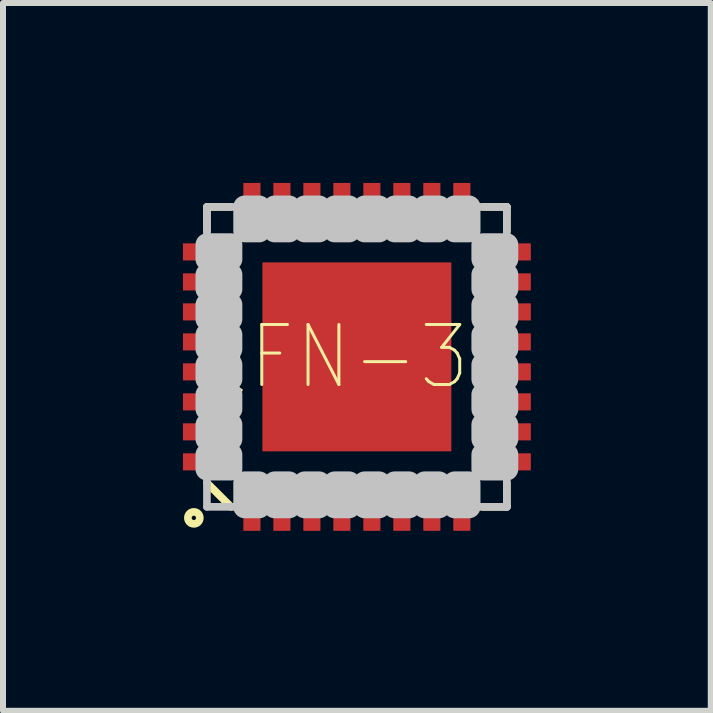
<source format=kicad_pcb>
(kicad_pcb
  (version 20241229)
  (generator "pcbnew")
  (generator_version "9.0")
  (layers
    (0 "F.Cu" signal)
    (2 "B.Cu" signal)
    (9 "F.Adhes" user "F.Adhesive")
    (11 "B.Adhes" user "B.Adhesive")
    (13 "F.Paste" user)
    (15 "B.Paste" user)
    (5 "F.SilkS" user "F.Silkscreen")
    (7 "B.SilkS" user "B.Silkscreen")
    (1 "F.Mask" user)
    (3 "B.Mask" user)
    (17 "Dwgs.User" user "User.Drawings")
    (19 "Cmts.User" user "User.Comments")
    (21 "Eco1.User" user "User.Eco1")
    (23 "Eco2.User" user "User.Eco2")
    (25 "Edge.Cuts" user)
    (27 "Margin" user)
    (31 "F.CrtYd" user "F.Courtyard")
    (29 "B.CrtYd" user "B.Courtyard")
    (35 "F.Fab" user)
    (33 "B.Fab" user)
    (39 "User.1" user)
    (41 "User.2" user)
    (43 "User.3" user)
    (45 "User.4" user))
  (footprint "QFN-32"
    (layer "F.Cu")
    (at 2.9 2.9)
    (property "Reference" "QFN-32" (at 0 0 0) (layer "F.SilkS") (effects (font (size 1 0.9) (thickness 0.05))))
    (attr smd)
    (fp_line (start -2.5 -2.5) (end -2.1 -2.5) (stroke (width 0.127) (type solid)) (layer "F.SilkS"))
    (fp_line (start -2.5 -2.1) (end -2.5 -2.5) (stroke (width 0.127) (type solid)) (layer "F.SilkS"))
    (fp_line (start -2.5 2.1) (end -2.1 2.5) (stroke (width 0.127) (type solid)) (layer "F.SilkS"))
    (fp_line (start 2.1 -2.5) (end 2.5 -2.5) (stroke (width 0.127) (type solid)) (layer "F.SilkS"))
    (fp_line (start 2.5 -2.5) (end 2.5 -2.1) (stroke (width 0.127) (type solid)) (layer "F.SilkS"))
    (fp_line (start 2.5 2.1) (end 2.5 2.5) (stroke (width 0.127) (type solid)) (layer "F.SilkS"))
    (fp_line (start 2.5 2.5) (end 2.1 2.5) (stroke (width 0.127) (type solid)) (layer "F.SilkS"))
    (fp_circle (center -2.718 2.684) (end -2.618 2.684) (stroke (width 0.127) (type solid)) (fill no) (layer "F.SilkS"))
    (fp_poly (pts (xy -1.45 -1.45) (xy -0.15 -1.45) (xy -0.15 -0.15) (xy -1.45 -0.15)) (stroke (width 0.381) (type solid)) (fill yes) (layer "F.Paste"))
    (fp_poly (pts (xy -1.45 1.45) (xy -1.45 0.15) (xy -0.15 0.15) (xy -0.15 1.45)) (stroke (width 0.381) (type solid)) (fill yes) (layer "F.Paste"))
    (fp_poly (pts (xy 1.45 -1.45) (xy 1.45 -0.15) (xy 0.15 -0.15) (xy 0.15 -1.45)) (stroke (width 0.381) (type solid)) (fill yes) (layer "F.Paste"))
    (fp_poly (pts (xy 1.45 1.45) (xy 0.15 1.45) (xy 0.15 0.15) (xy 1.45 0.15)) (stroke (width 0.381) (type solid)) (fill yes) (layer "F.Paste"))
    (fp_line (start -2.5 -2.5) (end -2.5 2.5) (stroke (width 0.127) (type solid)) (layer "Dwgs.User"))
    (fp_line (start -2.5 2.5) (end 2.5 2.5) (stroke (width 0.127) (type solid)) (layer "Dwgs.User"))
    (fp_line (start 2.5 -2.5) (end -2.5 -2.5) (stroke (width 0.127) (type solid)) (layer "Dwgs.User"))
    (fp_line (start 2.5 2.5) (end 2.5 -2.5) (stroke (width 0.127) (type solid)) (layer "Dwgs.User"))
    (fp_poly (pts (xy -2.5 -1.87) (xy -2.1 -1.87) (xy -2.1 -1.63) (xy -2.5 -1.63)) (stroke (width 0.381) (type solid)) (fill no) (layer "Dwgs.User"))
    (fp_poly (pts (xy -2.5 -1.37) (xy -2.1 -1.37) (xy -2.1 -1.13) (xy -2.5 -1.13)) (stroke (width 0.381) (type solid)) (fill no) (layer "Dwgs.User"))
    (fp_poly (pts (xy -2.5 -0.87) (xy -2.1 -0.87) (xy -2.1 -0.63) (xy -2.5 -0.63)) (stroke (width 0.381) (type solid)) (fill no) (layer "Dwgs.User"))
    (fp_poly (pts (xy -2.5 -0.37) (xy -2.1 -0.37) (xy -2.1 -0.13) (xy -2.5 -0.13)) (stroke (width 0.381) (type solid)) (fill no) (layer "Dwgs.User"))
    (fp_poly (pts (xy -2.5 0.13) (xy -2.1 0.13) (xy -2.1 0.37) (xy -2.5 0.37)) (stroke (width 0.381) (type solid)) (fill no) (layer "Dwgs.User"))
    (fp_poly (pts (xy -2.5 0.63) (xy -2.1 0.63) (xy -2.1 0.87) (xy -2.5 0.87)) (stroke (width 0.381) (type solid)) (fill no) (layer "Dwgs.User"))
    (fp_poly (pts (xy -2.5 1.13) (xy -2.1 1.13) (xy -2.1 1.37) (xy -2.5 1.37)) (stroke (width 0.381) (type solid)) (fill no) (layer "Dwgs.User"))
    (fp_poly (pts (xy -2.5 1.63) (xy -2.1 1.63) (xy -2.1 1.87) (xy -2.5 1.87)) (stroke (width 0.381) (type solid)) (fill no) (layer "Dwgs.User"))
    (fp_poly (pts (xy -1.87 2.5) (xy -1.87 2.1) (xy -1.63 2.1) (xy -1.63 2.5)) (stroke (width 0.381) (type solid)) (fill no) (layer "Dwgs.User"))
    (fp_poly (pts (xy -1.63 -2.5) (xy -1.63 -2.1) (xy -1.87 -2.1) (xy -1.87 -2.5)) (stroke (width 0.381) (type solid)) (fill no) (layer "Dwgs.User"))
    (fp_poly (pts (xy -1.37 2.5) (xy -1.37 2.1) (xy -1.13 2.1) (xy -1.13 2.5)) (stroke (width 0.381) (type solid)) (fill no) (layer "Dwgs.User"))
    (fp_poly (pts (xy -1.13 -2.5) (xy -1.13 -2.1) (xy -1.37 -2.1) (xy -1.37 -2.5)) (stroke (width 0.381) (type solid)) (fill no) (layer "Dwgs.User"))
    (fp_poly (pts (xy -0.87 2.5) (xy -0.87 2.1) (xy -0.63 2.1) (xy -0.63 2.5)) (stroke (width 0.381) (type solid)) (fill no) (layer "Dwgs.User"))
    (fp_poly (pts (xy -0.63 -2.5) (xy -0.63 -2.1) (xy -0.87 -2.1) (xy -0.87 -2.5)) (stroke (width 0.381) (type solid)) (fill no) (layer "Dwgs.User"))
    (fp_poly (pts (xy -0.37 2.5) (xy -0.37 2.1) (xy -0.13 2.1) (xy -0.13 2.5)) (stroke (width 0.381) (type solid)) (fill no) (layer "Dwgs.User"))
    (fp_poly (pts (xy -0.13 -2.5) (xy -0.13 -2.1) (xy -0.37 -2.1) (xy -0.37 -2.5)) (stroke (width 0.381) (type solid)) (fill no) (layer "Dwgs.User"))
    (fp_poly (pts (xy 0.13 2.5) (xy 0.13 2.1) (xy 0.37 2.1) (xy 0.37 2.5)) (stroke (width 0.381) (type solid)) (fill no) (layer "Dwgs.User"))
    (fp_poly (pts (xy 0.37 -2.5) (xy 0.37 -2.1) (xy 0.13 -2.1) (xy 0.13 -2.5)) (stroke (width 0.381) (type solid)) (fill no) (layer "Dwgs.User"))
    (fp_poly (pts (xy 0.63 2.5) (xy 0.63 2.1) (xy 0.87 2.1) (xy 0.87 2.5)) (stroke (width 0.381) (type solid)) (fill no) (layer "Dwgs.User"))
    (fp_poly (pts (xy 0.87 -2.5) (xy 0.87 -2.1) (xy 0.63 -2.1) (xy 0.63 -2.5)) (stroke (width 0.381) (type solid)) (fill no) (layer "Dwgs.User"))
    (fp_poly (pts (xy 1.13 2.5) (xy 1.13 2.1) (xy 1.37 2.1) (xy 1.37 2.5)) (stroke (width 0.381) (type solid)) (fill no) (layer "Dwgs.User"))
    (fp_poly (pts (xy 1.37 -2.5) (xy 1.37 -2.1) (xy 1.13 -2.1) (xy 1.13 -2.5)) (stroke (width 0.381) (type solid)) (fill no) (layer "Dwgs.User"))
    (fp_poly (pts (xy 1.63 2.5) (xy 1.63 2.1) (xy 1.87 2.1) (xy 1.87 2.5)) (stroke (width 0.381) (type solid)) (fill no) (layer "Dwgs.User"))
    (fp_poly (pts (xy 1.87 -2.5) (xy 1.87 -2.1) (xy 1.63 -2.1) (xy 1.63 -2.5)) (stroke (width 0.381) (type solid)) (fill no) (layer "Dwgs.User"))
    (fp_poly (pts (xy 2.5 -1.63) (xy 2.1 -1.63) (xy 2.1 -1.87) (xy 2.5 -1.87)) (stroke (width 0.381) (type solid)) (fill no) (layer "Dwgs.User"))
    (fp_poly (pts (xy 2.5 -1.13) (xy 2.1 -1.13) (xy 2.1 -1.37) (xy 2.5 -1.37)) (stroke (width 0.381) (type solid)) (fill no) (layer "Dwgs.User"))
    (fp_poly (pts (xy 2.5 -0.63) (xy 2.1 -0.63) (xy 2.1 -0.87) (xy 2.5 -0.87)) (stroke (width 0.381) (type solid)) (fill no) (layer "Dwgs.User"))
    (fp_poly (pts (xy 2.5 -0.13) (xy 2.1 -0.13) (xy 2.1 -0.37) (xy 2.5 -0.37)) (stroke (width 0.381) (type solid)) (fill no) (layer "Dwgs.User"))
    (fp_poly (pts (xy 2.5 0.37) (xy 2.1 0.37) (xy 2.1 0.13) (xy 2.5 0.13)) (stroke (width 0.381) (type solid)) (fill no) (layer "Dwgs.User"))
    (fp_poly (pts (xy 2.5 0.87) (xy 2.1 0.87) (xy 2.1 0.63) (xy 2.5 0.63)) (stroke (width 0.381) (type solid)) (fill no) (layer "Dwgs.User"))
    (fp_poly (pts (xy 2.5 1.37) (xy 2.1 1.37) (xy 2.1 1.13) (xy 2.5 1.13)) (stroke (width 0.381) (type solid)) (fill no) (layer "Dwgs.User"))
    (fp_poly (pts (xy 2.5 1.87) (xy 2.1 1.87) (xy 2.1 1.63) (xy 2.5 1.63)) (stroke (width 0.381) (type solid)) (fill no) (layer "Dwgs.User"))
    (pad "1" smd rect (at -1.75 2.5 90) (size 0.8 0.285) (layers "F.Cu" "F.Mask" "F.Paste"))
    (pad "2" smd rect (at -1.25 2.5 90) (size 0.8 0.285) (layers "F.Cu" "F.Mask" "F.Paste"))
    (pad "3" smd rect (at -0.75 2.5 90) (size 0.8 0.285) (layers "F.Cu" "F.Mask" "F.Paste"))
    (pad "4" smd rect (at -0.25 2.5 90) (size 0.8 0.285) (layers "F.Cu" "F.Mask" "F.Paste"))
    (pad "5" smd rect (at 0.25 2.5 90) (size 0.8 0.285) (layers "F.Cu" "F.Mask" "F.Paste"))
    (pad "6" smd rect (at 0.75 2.5 90) (size 0.8 0.285) (layers "F.Cu" "F.Mask" "F.Paste"))
    (pad "7" smd rect (at 1.25 2.5 90) (size 0.8 0.285) (layers "F.Cu" "F.Mask" "F.Paste"))
    (pad "8" smd rect (at 1.75 2.5 90) (size 0.8 0.285) (layers "F.Cu" "F.Mask" "F.Paste"))
    (pad "9" smd rect (at 2.5 1.75 180) (size 0.8 0.285) (layers "F.Cu" "F.Mask" "F.Paste"))
    (pad "10" smd rect (at 2.5 1.25 180) (size 0.8 0.285) (layers "F.Cu" "F.Mask" "F.Paste"))
    (pad "11" smd rect (at 2.5 0.75 180) (size 0.8 0.285) (layers "F.Cu" "F.Mask" "F.Paste"))
    (pad "12" smd rect (at 2.5 0.25 180) (size 0.8 0.285) (layers "F.Cu" "F.Mask" "F.Paste"))
    (pad "13" smd rect (at 2.5 -0.25 180) (size 0.8 0.285) (layers "F.Cu" "F.Mask" "F.Paste"))
    (pad "14" smd rect (at 2.5 -0.75 180) (size 0.8 0.285) (layers "F.Cu" "F.Mask" "F.Paste"))
    (pad "15" smd rect (at 2.5 -1.25 180) (size 0.8 0.285) (layers "F.Cu" "F.Mask" "F.Paste"))
    (pad "16" smd rect (at 2.5 -1.75 180) (size 0.8 0.285) (layers "F.Cu" "F.Mask" "F.Paste"))
    (pad "17" smd rect (at 1.75 -2.5 270) (size 0.8 0.285) (layers "F.Cu" "F.Mask" "F.Paste"))
    (pad "18" smd rect (at 1.25 -2.5 270) (size 0.8 0.285) (layers "F.Cu" "F.Mask" "F.Paste"))
    (pad "19" smd rect (at 0.75 -2.5 270) (size 0.8 0.285) (layers "F.Cu" "F.Mask" "F.Paste"))
    (pad "20" smd rect (at 0.25 -2.5 270) (size 0.8 0.285) (layers "F.Cu" "F.Mask" "F.Paste"))
    (pad "21" smd rect (at -0.25 -2.5 270) (size 0.8 0.285) (layers "F.Cu" "F.Mask" "F.Paste"))
    (pad "22" smd rect (at -0.75 -2.5 270) (size 0.8 0.285) (layers "F.Cu" "F.Mask" "F.Paste"))
    (pad "23" smd rect (at -1.25 -2.5 270) (size 0.8 0.285) (layers "F.Cu" "F.Mask" "F.Paste"))
    (pad "24" smd rect (at -1.75 -2.5 270) (size 0.8 0.285) (layers "F.Cu" "F.Mask" "F.Paste"))
    (pad "25" smd rect (at -2.5 -1.75) (size 0.8 0.285) (layers "F.Cu" "F.Mask" "F.Paste"))
    (pad "26" smd rect (at -2.5 -1.25) (size 0.8 0.285) (layers "F.Cu" "F.Mask" "F.Paste"))
    (pad "27" smd rect (at -2.5 -0.75) (size 0.8 0.285) (layers "F.Cu" "F.Mask" "F.Paste"))
    (pad "28" smd rect (at -2.5 -0.25) (size 0.8 0.285) (layers "F.Cu" "F.Mask" "F.Paste"))
    (pad "29" smd rect (at -2.5 0.25) (size 0.8 0.285) (layers "F.Cu" "F.Mask" "F.Paste"))
    (pad "30" smd rect (at -2.5 0.75) (size 0.8 0.285) (layers "F.Cu" "F.Mask" "F.Paste"))
    (pad "31" smd rect (at -2.5 1.25) (size 0.8 0.285) (layers "F.Cu" "F.Mask" "F.Paste"))
    (pad "32" smd rect (at -2.5 1.75) (size 0.8 0.285) (layers "F.Cu" "F.Mask" "F.Paste"))
    (pad "EP" smd rect (at 0 0) (size 3.15 3.15) (layers "F.Cu" "F.Mask" "F.Paste")))
  (gr_rect
    (start -3 -3)
    (end 8.8 8.8)
    (stroke (width 0.1) (type default))
    (fill no)
    (layer "Edge.Cuts")))
</source>
